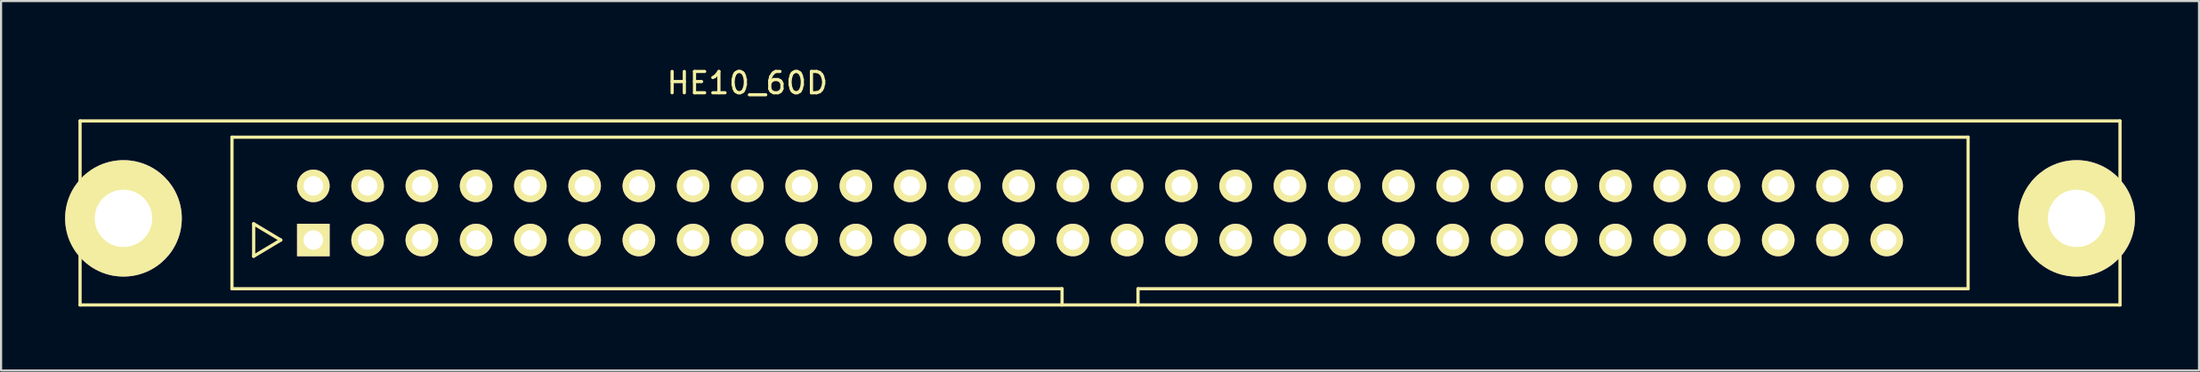
<source format=kicad_pcb>
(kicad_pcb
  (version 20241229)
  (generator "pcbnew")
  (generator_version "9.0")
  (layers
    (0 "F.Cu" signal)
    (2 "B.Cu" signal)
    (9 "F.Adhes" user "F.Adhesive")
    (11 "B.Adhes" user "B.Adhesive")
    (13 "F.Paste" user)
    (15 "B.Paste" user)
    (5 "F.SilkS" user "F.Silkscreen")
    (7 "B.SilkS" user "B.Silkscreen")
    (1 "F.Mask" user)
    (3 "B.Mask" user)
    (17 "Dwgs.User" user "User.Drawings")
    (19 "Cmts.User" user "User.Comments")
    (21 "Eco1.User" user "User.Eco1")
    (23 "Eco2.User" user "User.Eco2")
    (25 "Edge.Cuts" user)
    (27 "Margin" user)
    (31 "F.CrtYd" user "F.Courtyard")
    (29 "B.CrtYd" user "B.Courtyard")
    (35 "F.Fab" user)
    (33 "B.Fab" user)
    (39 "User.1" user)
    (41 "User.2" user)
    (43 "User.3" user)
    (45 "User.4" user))
  (footprint "HE10_60D"
    (layer "F.Cu")
    (at 48.45 7.198)
    (property "Reference" "HE10_60D" (at -16.51 -6.35 0) (layer "F.SilkS") (effects (font (size 1 1) (thickness 0.15))))
    (attr through_hole)
    (fp_line (start -47.752 -4.572) (end -47.752 4.064) (stroke (width 0.15) (type solid)) (layer "F.SilkS"))
    (fp_line (start -47.752 4.064) (end 47.752 4.064) (stroke (width 0.15) (type solid)) (layer "F.SilkS"))
    (fp_line (start -40.64 -3.81) (end 40.64 -3.81) (stroke (width 0.15) (type solid)) (layer "F.SilkS"))
    (fp_line (start -40.64 3.302) (end -40.64 -3.81) (stroke (width 0.15) (type solid)) (layer "F.SilkS"))
    (fp_line (start -39.624 0.254) (end -39.624 1.778) (stroke (width 0.15) (type solid)) (layer "F.SilkS"))
    (fp_line (start -39.624 1.778) (end -38.354 1.016) (stroke (width 0.15) (type solid)) (layer "F.SilkS"))
    (fp_line (start -38.354 1.016) (end -39.624 0.254) (stroke (width 0.15) (type solid)) (layer "F.SilkS"))
    (fp_line (start -1.778 3.302) (end -40.64 3.302) (stroke (width 0.15) (type solid)) (layer "F.SilkS"))
    (fp_line (start -1.778 4.064) (end -1.778 3.302) (stroke (width 0.15) (type solid)) (layer "F.SilkS"))
    (fp_line (start 1.778 3.302) (end 1.778 4.064) (stroke (width 0.15) (type solid)) (layer "F.SilkS"))
    (fp_line (start 40.64 -3.81) (end 40.64 3.302) (stroke (width 0.15) (type solid)) (layer "F.SilkS"))
    (fp_line (start 40.64 3.302) (end 1.778 3.302) (stroke (width 0.15) (type solid)) (layer "F.SilkS"))
    (fp_line (start 47.752 -4.572) (end -47.752 -4.572) (stroke (width 0.15) (type solid)) (layer "F.SilkS"))
    (fp_line (start 47.752 4.064) (end 47.752 -4.572) (stroke (width 0.15) (type solid)) (layer "F.SilkS"))
    (pad "" thru_hole circle (at -45.72 0) (size 5.461 5.461) (drill 2.692) (layers "*.Cu" "*.Mask" "F.SilkS"))
    (pad "" thru_hole circle (at 45.72 0) (size 5.461 5.461) (drill 2.692) (layers "*.Cu" "*.Mask" "F.SilkS"))
    (pad "1" thru_hole rect (at -36.83 1.016) (size 1.524 1.524) (drill 0.914) (layers "*.Cu" "*.Mask" "F.SilkS"))
    (pad "2" thru_hole circle (at -36.83 -1.524) (size 1.524 1.524) (drill 0.914) (layers "*.Cu" "*.Mask" "F.SilkS"))
    (pad "3" thru_hole circle (at -34.29 1.016) (size 1.524 1.524) (drill 0.914) (layers "*.Cu" "*.Mask" "F.SilkS"))
    (pad "4" thru_hole circle (at -34.29 -1.524) (size 1.524 1.524) (drill 0.914) (layers "*.Cu" "*.Mask" "F.SilkS"))
    (pad "5" thru_hole circle (at -31.75 1.016) (size 1.524 1.524) (drill 0.914) (layers "*.Cu" "*.Mask" "F.SilkS"))
    (pad "6" thru_hole circle (at -31.75 -1.524) (size 1.524 1.524) (drill 0.914) (layers "*.Cu" "*.Mask" "F.SilkS"))
    (pad "7" thru_hole circle (at -29.21 1.016) (size 1.524 1.524) (drill 0.914) (layers "*.Cu" "*.Mask" "F.SilkS"))
    (pad "8" thru_hole circle (at -29.21 -1.524) (size 1.524 1.524) (drill 0.914) (layers "*.Cu" "*.Mask" "F.SilkS"))
    (pad "9" thru_hole circle (at -26.67 1.016) (size 1.524 1.524) (drill 0.914) (layers "*.Cu" "*.Mask" "F.SilkS"))
    (pad "10" thru_hole circle (at -26.67 -1.524) (size 1.524 1.524) (drill 0.914) (layers "*.Cu" "*.Mask" "F.SilkS"))
    (pad "11" thru_hole circle (at -24.13 1.016) (size 1.524 1.524) (drill 0.914) (layers "*.Cu" "*.Mask" "F.SilkS"))
    (pad "12" thru_hole circle (at -24.13 -1.524) (size 1.524 1.524) (drill 0.914) (layers "*.Cu" "*.Mask" "F.SilkS"))
    (pad "13" thru_hole circle (at -21.59 1.016) (size 1.524 1.524) (drill 0.914) (layers "*.Cu" "*.Mask" "F.SilkS"))
    (pad "14" thru_hole circle (at -21.59 -1.524) (size 1.524 1.524) (drill 0.914) (layers "*.Cu" "*.Mask" "F.SilkS"))
    (pad "15" thru_hole circle (at -19.05 1.016) (size 1.524 1.524) (drill 0.914) (layers "*.Cu" "*.Mask" "F.SilkS"))
    (pad "16" thru_hole circle (at -19.05 -1.524) (size 1.524 1.524) (drill 0.914) (layers "*.Cu" "*.Mask" "F.SilkS"))
    (pad "17" thru_hole circle (at -16.51 1.016) (size 1.524 1.524) (drill 0.914) (layers "*.Cu" "*.Mask" "F.SilkS"))
    (pad "18" thru_hole circle (at -16.51 -1.524) (size 1.524 1.524) (drill 0.914) (layers "*.Cu" "*.Mask" "F.SilkS"))
    (pad "19" thru_hole circle (at -13.97 1.016) (size 1.524 1.524) (drill 0.914) (layers "*.Cu" "*.Mask" "F.SilkS"))
    (pad "20" thru_hole circle (at -13.97 -1.524) (size 1.524 1.524) (drill 0.914) (layers "*.Cu" "*.Mask" "F.SilkS"))
    (pad "21" thru_hole circle (at -11.43 1.016) (size 1.524 1.524) (drill 0.914) (layers "*.Cu" "*.Mask" "F.SilkS"))
    (pad "22" thru_hole circle (at -11.43 -1.524) (size 1.524 1.524) (drill 0.914) (layers "*.Cu" "*.Mask" "F.SilkS"))
    (pad "23" thru_hole circle (at -8.89 1.016) (size 1.524 1.524) (drill 0.914) (layers "*.Cu" "*.Mask" "F.SilkS"))
    (pad "24" thru_hole circle (at -8.89 -1.524) (size 1.524 1.524) (drill 0.914) (layers "*.Cu" "*.Mask" "F.SilkS"))
    (pad "25" thru_hole circle (at -6.35 1.016) (size 1.524 1.524) (drill 0.914) (layers "*.Cu" "*.Mask" "F.SilkS"))
    (pad "26" thru_hole circle (at -6.35 -1.524) (size 1.524 1.524) (drill 0.914) (layers "*.Cu" "*.Mask" "F.SilkS"))
    (pad "27" thru_hole circle (at -3.81 1.016) (size 1.524 1.524) (drill 0.914) (layers "*.Cu" "*.Mask" "F.SilkS"))
    (pad "28" thru_hole circle (at -3.81 -1.524) (size 1.524 1.524) (drill 0.914) (layers "*.Cu" "*.Mask" "F.SilkS"))
    (pad "29" thru_hole circle (at -1.27 1.016) (size 1.524 1.524) (drill 0.914) (layers "*.Cu" "*.Mask" "F.SilkS"))
    (pad "30" thru_hole circle (at -1.27 -1.524) (size 1.524 1.524) (drill 0.914) (layers "*.Cu" "*.Mask" "F.SilkS"))
    (pad "31" thru_hole circle (at 1.27 1.016) (size 1.524 1.524) (drill 0.914) (layers "*.Cu" "*.Mask" "F.SilkS"))
    (pad "32" thru_hole circle (at 1.27 -1.524) (size 1.524 1.524) (drill 0.914) (layers "*.Cu" "*.Mask" "F.SilkS"))
    (pad "33" thru_hole circle (at 3.81 1.016) (size 1.524 1.524) (drill 0.914) (layers "*.Cu" "*.Mask" "F.SilkS"))
    (pad "34" thru_hole circle (at 3.81 -1.524) (size 1.524 1.524) (drill 0.914) (layers "*.Cu" "*.Mask" "F.SilkS"))
    (pad "35" thru_hole circle (at 6.35 1.016) (size 1.524 1.524) (drill 0.914) (layers "*.Cu" "*.Mask" "F.SilkS"))
    (pad "36" thru_hole circle (at 6.35 -1.524) (size 1.524 1.524) (drill 0.914) (layers "*.Cu" "*.Mask" "F.SilkS"))
    (pad "37" thru_hole circle (at 8.89 1.016) (size 1.524 1.524) (drill 0.914) (layers "*.Cu" "*.Mask" "F.SilkS"))
    (pad "38" thru_hole circle (at 8.89 -1.524) (size 1.524 1.524) (drill 0.914) (layers "*.Cu" "*.Mask" "F.SilkS"))
    (pad "39" thru_hole circle (at 11.43 1.016) (size 1.524 1.524) (drill 0.914) (layers "*.Cu" "*.Mask" "F.SilkS"))
    (pad "40" thru_hole circle (at 11.43 -1.524) (size 1.524 1.524) (drill 0.914) (layers "*.Cu" "*.Mask" "F.SilkS"))
    (pad "41" thru_hole circle (at 13.97 1.016) (size 1.524 1.524) (drill 0.914) (layers "*.Cu" "*.Mask" "F.SilkS"))
    (pad "42" thru_hole circle (at 13.97 -1.524) (size 1.524 1.524) (drill 0.914) (layers "*.Cu" "*.Mask" "F.SilkS"))
    (pad "43" thru_hole circle (at 16.51 1.016) (size 1.524 1.524) (drill 0.914) (layers "*.Cu" "*.Mask" "F.SilkS"))
    (pad "44" thru_hole circle (at 16.51 -1.524) (size 1.524 1.524) (drill 0.914) (layers "*.Cu" "*.Mask" "F.SilkS"))
    (pad "45" thru_hole circle (at 19.05 1.016) (size 1.524 1.524) (drill 0.914) (layers "*.Cu" "*.Mask" "F.SilkS"))
    (pad "46" thru_hole circle (at 19.05 -1.524) (size 1.524 1.524) (drill 0.914) (layers "*.Cu" "*.Mask" "F.SilkS"))
    (pad "47" thru_hole circle (at 21.59 1.016) (size 1.524 1.524) (drill 0.914) (layers "*.Cu" "*.Mask" "F.SilkS"))
    (pad "48" thru_hole circle (at 21.59 -1.524) (size 1.524 1.524) (drill 0.914) (layers "*.Cu" "*.Mask" "F.SilkS"))
    (pad "49" thru_hole circle (at 24.13 1.016) (size 1.524 1.524) (drill 0.914) (layers "*.Cu" "*.Mask" "F.SilkS"))
    (pad "50" thru_hole circle (at 24.13 -1.524) (size 1.524 1.524) (drill 0.914) (layers "*.Cu" "*.Mask" "F.SilkS"))
    (pad "51" thru_hole circle (at 26.67 1.016) (size 1.524 1.524) (drill 0.914) (layers "*.Cu" "*.Mask" "F.SilkS"))
    (pad "52" thru_hole circle (at 26.67 -1.524) (size 1.524 1.524) (drill 0.914) (layers "*.Cu" "*.Mask" "F.SilkS"))
    (pad "53" thru_hole circle (at 29.21 1.016) (size 1.524 1.524) (drill 0.914) (layers "*.Cu" "*.Mask" "F.SilkS"))
    (pad "54" thru_hole circle (at 29.21 -1.524) (size 1.524 1.524) (drill 0.914) (layers "*.Cu" "*.Mask" "F.SilkS"))
    (pad "55" thru_hole circle (at 31.75 1.016) (size 1.524 1.524) (drill 0.914) (layers "*.Cu" "*.Mask" "F.SilkS"))
    (pad "56" thru_hole circle (at 31.75 -1.524) (size 1.524 1.524) (drill 0.914) (layers "*.Cu" "*.Mask" "F.SilkS"))
    (pad "57" thru_hole circle (at 34.29 1.016) (size 1.524 1.524) (drill 0.914) (layers "*.Cu" "*.Mask" "F.SilkS"))
    (pad "58" thru_hole circle (at 34.29 -1.524) (size 1.524 1.524) (drill 0.914) (layers "*.Cu" "*.Mask" "F.SilkS"))
    (pad "59" thru_hole circle (at 36.83 1.016) (size 1.524 1.524) (drill 0.914) (layers "*.Cu" "*.Mask" "F.SilkS"))
    (pad "60" thru_hole circle (at 36.83 -1.524) (size 1.524 1.524) (drill 0.914) (layers "*.Cu" "*.Mask" "F.SilkS")))
  (gr_rect
    (start -3 -3)
    (end 99.901 14.337)
    (stroke (width 0.1) (type default))
    (fill no)
    (layer "Edge.Cuts")))
</source>
